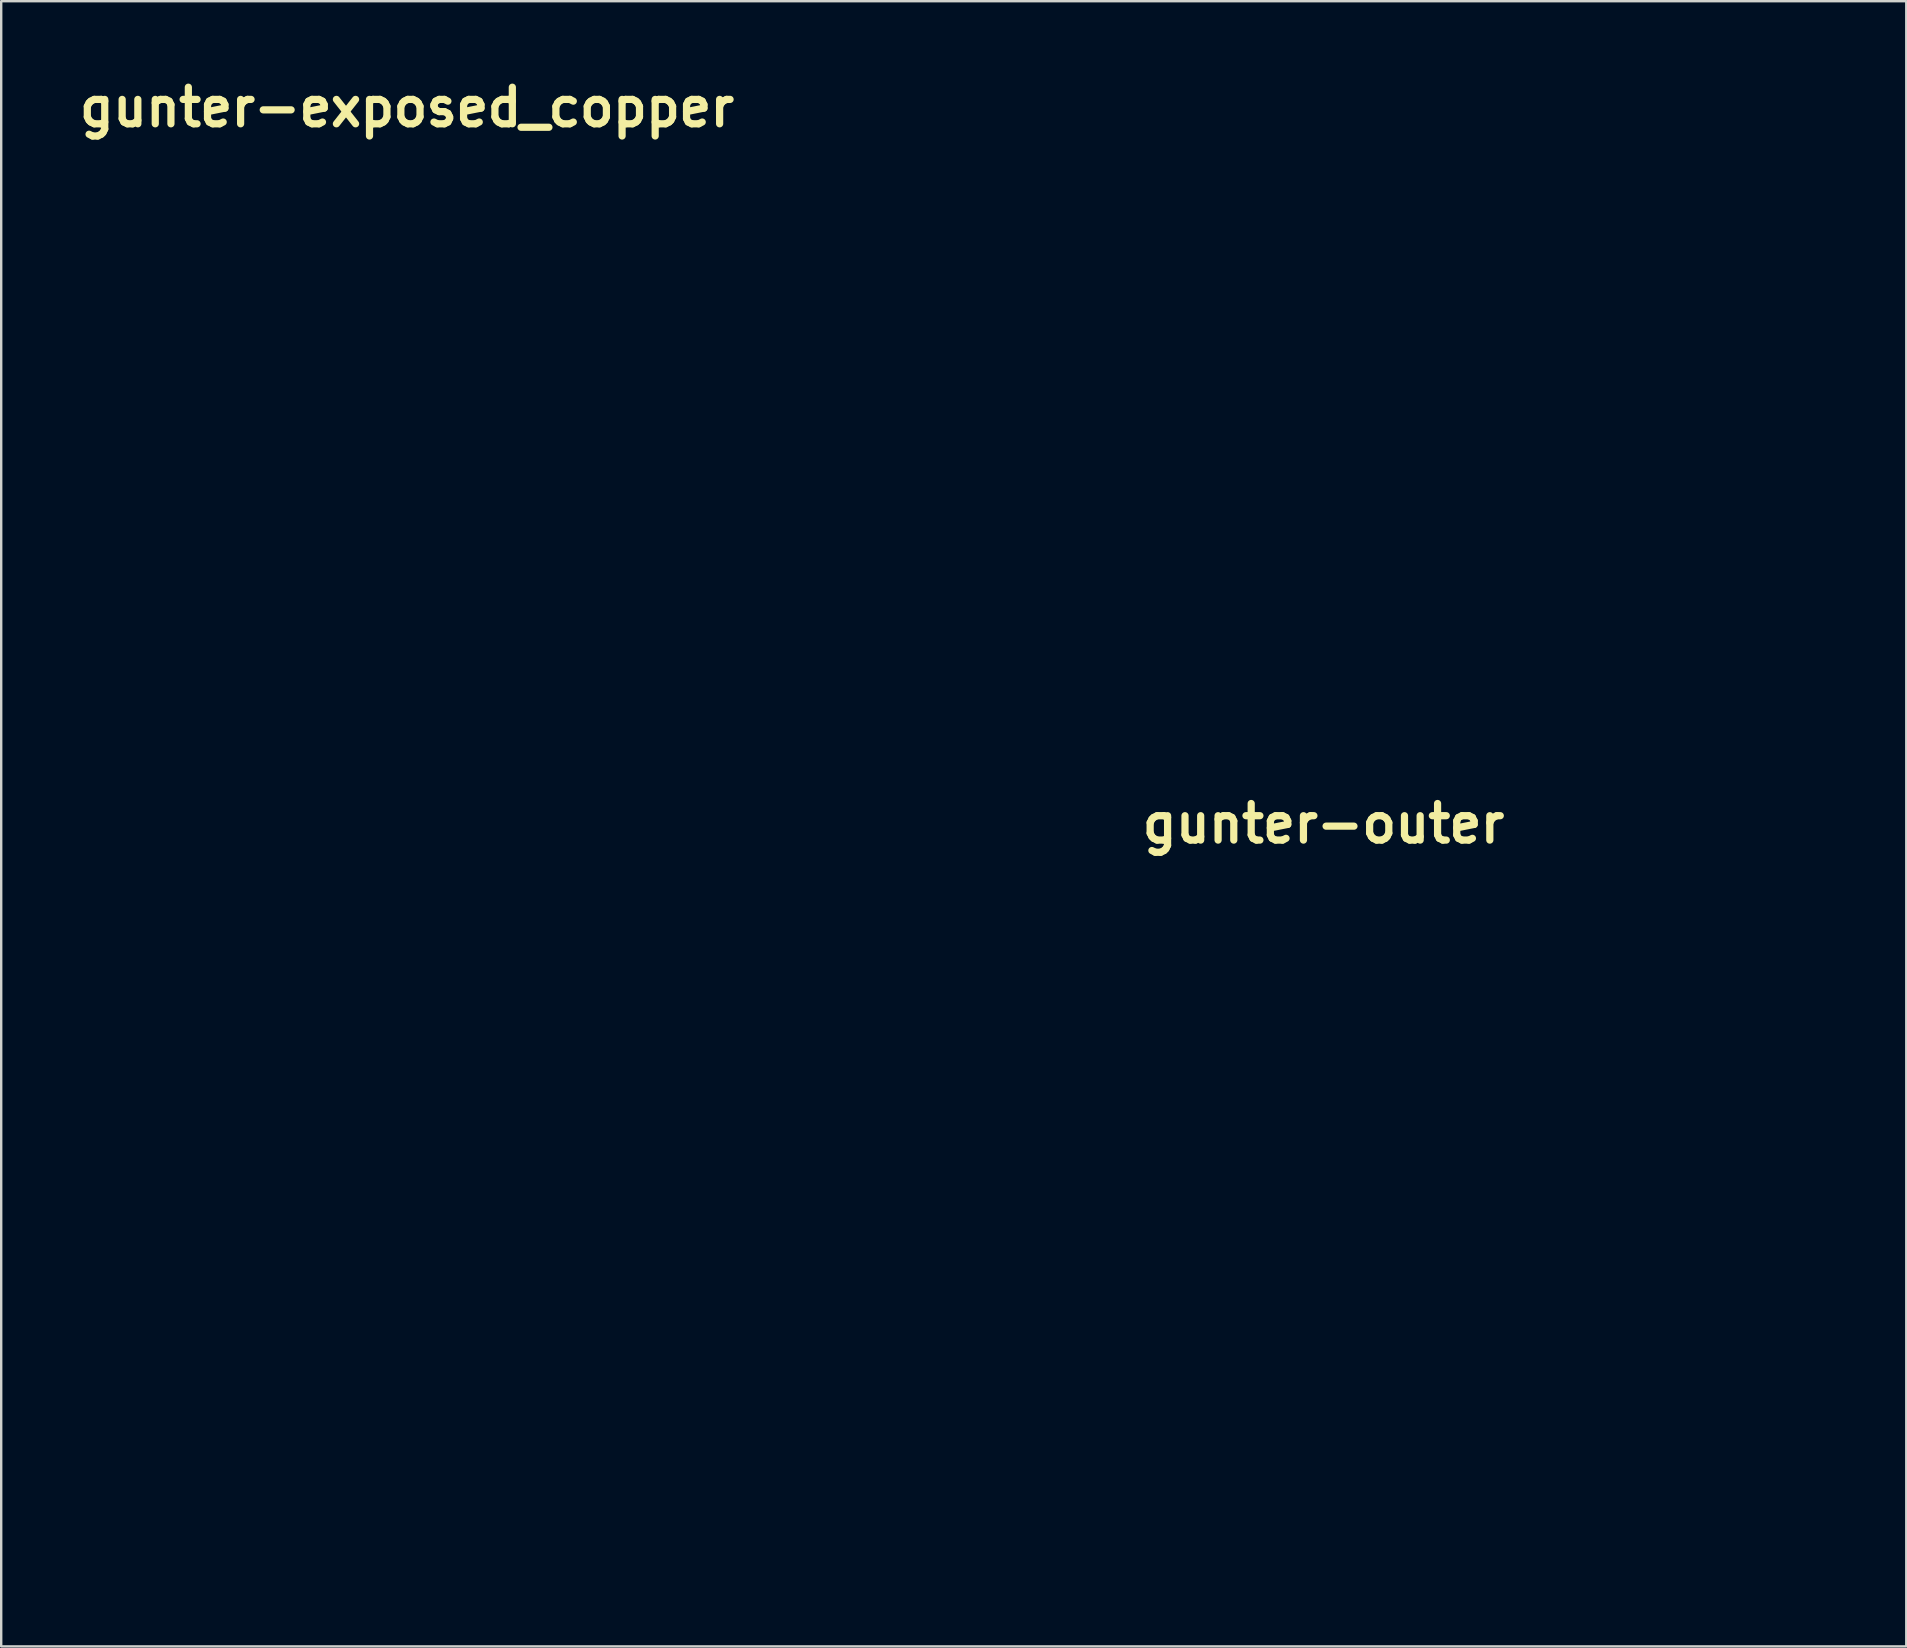
<source format=kicad_pcb>
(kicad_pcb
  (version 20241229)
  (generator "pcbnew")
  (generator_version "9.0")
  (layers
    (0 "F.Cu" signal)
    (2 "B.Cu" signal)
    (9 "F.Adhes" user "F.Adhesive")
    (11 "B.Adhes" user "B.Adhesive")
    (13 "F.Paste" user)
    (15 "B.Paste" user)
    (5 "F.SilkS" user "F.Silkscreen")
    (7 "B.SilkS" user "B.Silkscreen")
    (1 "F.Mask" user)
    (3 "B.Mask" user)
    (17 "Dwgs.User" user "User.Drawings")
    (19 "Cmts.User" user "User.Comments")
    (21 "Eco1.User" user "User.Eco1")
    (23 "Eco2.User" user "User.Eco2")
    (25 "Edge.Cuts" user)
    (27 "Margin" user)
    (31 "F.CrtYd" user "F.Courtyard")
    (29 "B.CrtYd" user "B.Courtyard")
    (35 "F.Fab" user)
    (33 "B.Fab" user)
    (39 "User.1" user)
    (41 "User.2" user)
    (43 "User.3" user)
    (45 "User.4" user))
  (footprint "gunter-outer"
    (layer "F.Cu")
    (at 52.09 31.261)
    (property "Reference" "gunter-outer" (at 0 0 0) (layer "F.SilkS") (effects (font (size 1.524 1.524) (thickness 0.3))))
    (attr through_hole)
    (fp_poly (pts (xy -17.053 -1.625) (xy -17.049 -1.557) (xy -17.048 -1.447) (xy -17.049 -1.292) (xy -17.054 -1.092) (xy -17.062 -0.844) (xy -17.065 -0.769) (xy -17.08 -0.313) (xy -17.094 0.19) (xy -17.108 0.734) (xy -17.121 1.317) (xy -17.133 1.934) (xy -17.144 2.581) (xy -17.154 3.253) (xy -17.163 3.947) (xy -17.172 4.658) (xy -17.179 5.382) (xy -17.185 6.114) (xy -17.189 6.851) (xy -17.193 7.589) (xy -17.195 8.322) (xy -17.196 8.975) (xy -17.196 10.977) (xy -17.465 11.476) (xy -17.7 11.908) (xy -17.915 12.297) (xy -18.114 12.649) (xy -18.298 12.967) (xy -18.471 13.255) (xy -18.635 13.519) (xy -18.793 13.761) (xy -18.946 13.986) (xy -19.097 14.198) (xy -19.129 14.242) (xy -19.336 14.508) (xy -19.536 14.739) (xy -19.728 14.932) (xy -19.908 15.087) (xy -20.076 15.201) (xy -20.229 15.274) (xy -20.366 15.304) (xy -20.485 15.289) (xy -20.518 15.275) (xy -20.635 15.189) (xy -20.745 15.055) (xy -20.846 14.876) (xy -20.938 14.654) (xy -21.019 14.392) (xy -21.088 14.091) (xy -21.108 13.984) (xy -21.159 13.647) (xy -21.201 13.268) (xy -21.234 12.853) (xy -21.257 12.411) (xy -21.271 11.948) (xy -21.275 11.472) (xy -21.27 10.989) (xy -21.253 10.509) (xy -21.232 10.122) (xy -21.149 9.168) (xy -21.021 8.216) (xy -20.848 7.263) (xy -20.63 6.308) (xy -20.365 5.35) (xy -20.055 4.387) (xy -19.697 3.418) (xy -19.292 2.442) (xy -18.839 1.456) (xy -18.338 0.46) (xy -17.861 -0.419) (xy -17.686 -0.729) (xy -17.531 -0.995) (xy -17.398 -1.216) (xy -17.286 -1.393) (xy -17.196 -1.525) (xy -17.128 -1.611) (xy -17.082 -1.653) (xy -17.061 -1.653) (xy -17.053 -1.625)) (stroke (width 0.01) (type solid)) (fill yes) (layer "F.Mask"))
    (fp_poly (pts (xy 3.046 -31.25) (xy 3.516 -31.237) (xy 3.974 -31.217) (xy 4.026 -31.214) (xy 4.859 -31.144) (xy 5.686 -31.029) (xy 6.503 -30.868) (xy 7.308 -30.664) (xy 8.097 -30.418) (xy 8.866 -30.13) (xy 9.611 -29.803) (xy 10.329 -29.436) (xy 11.016 -29.032) (xy 11.296 -28.85) (xy 11.972 -28.368) (xy 12.62 -27.844) (xy 13.24 -27.277) (xy 13.833 -26.668) (xy 14.397 -26.016) (xy 14.934 -25.323) (xy 15.442 -24.587) (xy 15.922 -23.809) (xy 16.374 -22.989) (xy 16.798 -22.128) (xy 17.09 -21.47) (xy 17.387 -20.739) (xy 17.674 -19.961) (xy 17.953 -19.136) (xy 18.222 -18.266) (xy 18.482 -17.354) (xy 18.731 -16.401) (xy 18.97 -15.409) (xy 19.197 -14.38) (xy 19.414 -13.316) (xy 19.618 -12.218) (xy 19.811 -11.089) (xy 19.991 -9.93) (xy 20.158 -8.744) (xy 20.312 -7.531) (xy 20.452 -6.295) (xy 20.578 -5.037) (xy 20.636 -4.394) (xy 20.747 -3.057) (xy 20.848 -1.683) (xy 20.94 -0.283) (xy 21.022 1.13) (xy 21.092 2.543) (xy 21.151 3.944) (xy 21.198 5.321) (xy 21.209 5.74) (xy 21.22 6.162) (xy 21.229 6.618) (xy 21.238 7.105) (xy 21.245 7.622) (xy 21.252 8.163) (xy 21.258 8.727) (xy 21.263 9.31) (xy 21.267 9.908) (xy 21.271 10.519) (xy 21.273 11.14) (xy 21.275 11.767) (xy 21.276 12.397) (xy 21.276 13.027) (xy 21.275 13.654) (xy 21.274 14.274) (xy 21.271 14.885) (xy 21.268 15.483) (xy 21.264 16.065) (xy 21.26 16.628) (xy 21.254 17.168) (xy 21.248 17.684) (xy 21.241 18.17) (xy 21.233 18.625) (xy 21.225 19.045) (xy 21.215 19.426) (xy 21.205 19.767) (xy 21.194 20.063) (xy 21.183 20.307) (xy 21.163 20.66) (xy 21.139 20.99) (xy 21.111 21.307) (xy 21.077 21.626) (xy 21.036 21.955) (xy 20.986 22.309) (xy 20.928 22.698) (xy 20.914 22.784) (xy 20.825 23.325) (xy 20.736 23.821) (xy 20.645 24.276) (xy 20.55 24.694) (xy 20.451 25.081) (xy 20.346 25.442) (xy 20.233 25.781) (xy 20.112 26.103) (xy 19.981 26.412) (xy 19.839 26.715) (xy 19.786 26.82) (xy 19.591 27.183) (xy 19.394 27.509) (xy 19.187 27.809) (xy 18.959 28.097) (xy 18.702 28.385) (xy 18.492 28.6) (xy 18.199 28.88) (xy 17.915 29.124) (xy 17.629 29.34) (xy 17.326 29.538) (xy 16.995 29.727) (xy 16.766 29.845) (xy 16.524 29.962) (xy 16.286 30.067) (xy 16.046 30.162) (xy 15.797 30.25) (xy 15.532 30.332) (xy 15.245 30.411) (xy 14.929 30.487) (xy 14.578 30.565) (xy 14.185 30.644) (xy 14.046 30.671) (xy 13.824 30.714) (xy 13.589 30.759) (xy 13.353 30.804) (xy 13.129 30.847) (xy 12.93 30.885) (xy 12.789 30.913) (xy 12.66 30.937) (xy 12.495 30.968) (xy 12.302 31.003) (xy 12.09 31.041) (xy 11.866 31.082) (xy 11.64 31.122) (xy 11.42 31.161) (xy 11.214 31.197) (xy 11.031 31.229) (xy 10.879 31.255) (xy 10.767 31.274) (xy 10.748 31.277) (xy 10.703 31.271) (xy 10.637 31.236) (xy 10.546 31.171) (xy 10.494 31.131) (xy 10.409 31.059) (xy 10.298 30.961) (xy 10.174 30.848) (xy 10.047 30.729) (xy 9.973 30.658) (xy 9.53 30.193) (xy 9.111 29.686) (xy 8.718 29.136) (xy 8.35 28.546) (xy 8.008 27.916) (xy 7.692 27.249) (xy 7.404 26.546) (xy 7.144 25.807) (xy 6.911 25.035) (xy 6.707 24.231) (xy 6.533 23.397) (xy 6.388 22.533) (xy 6.274 21.641) (xy 6.191 20.723) (xy 6.186 20.65) (xy 6.168 20.372) (xy 6.153 20.05) (xy 6.139 19.694) (xy 6.126 19.312) (xy 6.116 18.91) (xy 6.108 18.499) (xy 6.103 18.084) (xy 6.1 17.675) (xy 6.1 17.28) (xy 6.101 17.113) (xy 6.109 16.077) (xy 6.604 15.878) (xy 7.007 15.712) (xy 7.369 15.556) (xy 7.699 15.404) (xy 8.006 15.252) (xy 8.298 15.096) (xy 8.583 14.932) (xy 8.871 14.755) (xy 9.091 14.613) (xy 9.516 14.321) (xy 9.925 14.012) (xy 10.33 13.677) (xy 10.739 13.31) (xy 11.015 13.048) (xy 11.522 12.539) (xy 11.985 12.035) (xy 12.41 11.53) (xy 12.804 11.016) (xy 13.171 10.484) (xy 13.518 9.929) (xy 13.849 9.341) (xy 14.074 8.909) (xy 14.349 8.346) (xy 14.594 7.805) (xy 14.813 7.279) (xy 15.007 6.757) (xy 15.18 6.23) (xy 15.335 5.691) (xy 15.475 5.129) (xy 15.603 4.536) (xy 15.721 3.903) (xy 15.735 3.823) (xy 15.771 3.59) (xy 15.807 3.327) (xy 15.842 3.043) (xy 15.874 2.745) (xy 15.902 2.444) (xy 15.927 2.147) (xy 15.948 1.863) (xy 15.962 1.603) (xy 15.971 1.373) (xy 15.972 1.183) (xy 15.972 1.156) (xy 15.968 1.021) (xy 15.964 0.929) (xy 15.957 0.869) (xy 15.946 0.833) (xy 15.929 0.812) (xy 15.903 0.797) (xy 15.896 0.794) (xy 15.811 0.777) (xy 15.732 0.802) (xy 15.677 0.864) (xy 15.671 0.878) (xy 15.663 0.918) (xy 15.652 1.002) (xy 15.637 1.125) (xy 15.62 1.281) (xy 15.601 1.464) (xy 15.581 1.667) (xy 15.561 1.886) (xy 15.557 1.927) (xy 15.524 2.282) (xy 15.495 2.593) (xy 15.467 2.868) (xy 15.44 3.112) (xy 15.414 3.334) (xy 15.386 3.539) (xy 15.357 3.735) (xy 15.325 3.929) (xy 15.29 4.127) (xy 15.25 4.337) (xy 15.211 4.534) (xy 15.057 5.229) (xy 14.877 5.903) (xy 14.666 6.564) (xy 14.423 7.222) (xy 14.144 7.886) (xy 13.826 8.565) (xy 13.727 8.763) (xy 13.453 9.287) (xy 13.174 9.776) (xy 12.884 10.239) (xy 12.577 10.684) (xy 12.248 11.121) (xy 11.888 11.559) (xy 11.493 12.006) (xy 11.287 12.228) (xy 10.761 12.766) (xy 10.235 13.256) (xy 9.703 13.701) (xy 9.161 14.106) (xy 8.606 14.473) (xy 8.032 14.805) (xy 7.435 15.106) (xy 6.998 15.301) (xy 6.44 15.52) (xy 5.862 15.713) (xy 5.272 15.879) (xy 4.677 16.015) (xy 4.087 16.121) (xy 3.509 16.194) (xy 2.952 16.233) (xy 2.629 16.239) (xy 2.227 16.224) (xy 1.858 16.181) (xy 1.524 16.111) (xy 1.225 16.015) (xy 0.964 15.894) (xy 0.742 15.749) (xy 0.561 15.579) (xy 0.422 15.387) (xy 0.327 15.173) (xy 0.303 15.088) (xy 0.285 14.972) (xy 0.274 14.819) (xy 0.271 14.645) (xy 0.275 14.463) (xy 0.285 14.286) (xy 0.303 14.129) (xy 0.314 14.065) (xy 0.346 13.923) (xy 0.388 13.771) (xy 0.442 13.605) (xy 0.51 13.423) (xy 0.592 13.222) (xy 0.689 13) (xy 0.804 12.754) (xy 0.936 12.482) (xy 1.088 12.179) (xy 1.261 11.845) (xy 1.456 11.475) (xy 1.675 11.068) (xy 1.918 10.621) (xy 1.968 10.528) (xy 2.636 9.324) (xy 3.329 8.109) (xy 4.044 6.89) (xy 4.777 5.671) (xy 5.524 4.459) (xy 6.281 3.26) (xy 7.046 2.079) (xy 7.813 0.921) (xy 8.581 -0.207) (xy 9.345 -1.299) (xy 10.101 -2.351) (xy 10.436 -2.807) (xy 10.615 -3.051) (xy 10.778 -3.277) (xy 10.923 -3.481) (xy 11.047 -3.661) (xy 11.148 -3.812) (xy 11.223 -3.932) (xy 11.272 -4.018) (xy 11.289 -4.057) (xy 11.288 -4.136) (xy 11.242 -4.208) (xy 11.173 -4.256) (xy 11.117 -4.281) (xy 11.081 -4.278) (xy 11.044 -4.25) (xy 11 -4.203) (xy 10.929 -4.116) (xy 10.832 -3.992) (xy 10.711 -3.833) (xy 10.568 -3.641) (xy 10.403 -3.418) (xy 10.22 -3.167) (xy 10.019 -2.889) (xy 9.801 -2.588) (xy 9.57 -2.264) (xy 9.325 -1.921) (xy 9.069 -1.56) (xy 8.804 -1.185) (xy 8.552 -0.826) (xy 8.39 -0.596) (xy 8.231 -0.37) (xy 8.078 -0.153) (xy 7.934 0.05) (xy 7.803 0.234) (xy 7.688 0.394) (xy 7.594 0.525) (xy 7.523 0.623) (xy 7.496 0.66) (xy 7.277 0.953) (xy 7.27 0.787) (xy 7.27 0.718) (xy 7.275 0.607) (xy 7.284 0.462) (xy 7.295 0.292) (xy 7.31 0.106) (xy 7.326 -0.089) (xy 7.326 -0.089) (xy 7.342 -0.256) (xy 7.36 -0.466) (xy 7.382 -0.711) (xy 7.407 -0.981) (xy 7.433 -1.269) (xy 7.459 -1.567) (xy 7.486 -1.867) (xy 7.513 -2.16) (xy 7.517 -2.21) (xy 7.573 -2.837) (xy 7.623 -3.418) (xy 7.668 -3.956) (xy 7.707 -4.457) (xy 7.742 -4.924) (xy 7.772 -5.361) (xy 7.798 -5.772) (xy 7.819 -6.163) (xy 7.836 -6.536) (xy 7.85 -6.896) (xy 7.86 -7.247) (xy 7.866 -7.593) (xy 7.87 -7.939) (xy 7.87 -8.289) (xy 7.868 -8.646) (xy 7.866 -8.826) (xy 7.847 -9.724) (xy 7.817 -10.581) (xy 7.773 -11.407) (xy 7.715 -12.21) (xy 7.642 -12.999) (xy 7.554 -13.783) (xy 7.449 -14.571) (xy 7.327 -15.372) (xy 7.289 -15.608) (xy 7.197 -16.132) (xy 7.096 -16.664) (xy 6.986 -17.201) (xy 6.869 -17.738) (xy 6.745 -18.271) (xy 6.617 -18.796) (xy 6.484 -19.308) (xy 6.348 -19.803) (xy 6.211 -20.277) (xy 6.073 -20.726) (xy 5.936 -21.145) (xy 5.801 -21.53) (xy 5.669 -21.876) (xy 5.54 -22.181) (xy 5.435 -22.404) (xy 5.218 -22.793) (xy 4.956 -23.191) (xy 4.653 -23.593) (xy 4.311 -23.995) (xy 3.935 -24.392) (xy 3.528 -24.781) (xy 3.137 -25.122) (xy 2.729 -25.434) (xy 2.275 -25.733) (xy 1.777 -26.016) (xy 1.239 -26.282) (xy 0.664 -26.53) (xy 0.053 -26.76) (xy -0.589 -26.969) (xy -1.261 -27.157) (xy -1.959 -27.323) (xy -2.681 -27.465) (xy -2.776 -27.482) (xy -3.073 -27.531) (xy -3.342 -27.573) (xy -3.595 -27.606) (xy -3.838 -27.633) (xy -4.082 -27.654) (xy -4.335 -27.669) (xy -4.606 -27.679) (xy -4.905 -27.685) (xy -5.241 -27.688) (xy -5.448 -27.688) (xy -5.81 -27.687) (xy -6.131 -27.682) (xy -6.419 -27.674) (xy -6.684 -27.661) (xy -6.936 -27.642) (xy -7.184 -27.616) (xy -7.437 -27.583) (xy -7.704 -27.542) (xy -7.995 -27.491) (xy -8.319 -27.43) (xy -8.458 -27.403) (xy -8.857 -27.32) (xy -9.21 -27.237) (xy -9.514 -27.153) (xy -9.55 -27.142) (xy -9.683 -27.102) (xy -9.775 -27.076) (xy -9.834 -27.063) (xy -9.866 -27.063) (xy -9.879 -27.073) (xy -9.881 -27.085) (xy -9.86 -27.126) (xy -9.802 -27.192) (xy -9.71 -27.281) (xy -9.588 -27.387) (xy -9.44 -27.509) (xy -9.271 -27.643) (xy -9.085 -27.785) (xy -8.886 -27.933) (xy -8.677 -28.083) (xy -8.464 -28.231) (xy -8.305 -28.339) (xy -7.757 -28.69) (xy -7.198 -29.021) (xy -6.633 -29.327) (xy -6.071 -29.607) (xy -5.519 -29.855) (xy -4.983 -30.069) (xy -4.534 -30.225) (xy -4.245 -30.313) (xy -3.928 -30.403) (xy -3.593 -30.493) (xy -3.252 -30.579) (xy -2.915 -30.659) (xy -2.593 -30.73) (xy -2.298 -30.79) (xy -2.045 -30.834) (xy -1.909 -30.856) (xy -1.731 -30.883) (xy -1.523 -30.916) (xy -1.291 -30.951) (xy -1.046 -30.989) (xy -0.798 -31.027) (xy -0.554 -31.064) (xy -0.325 -31.099) (xy -0.305 -31.102) (xy 0.01 -31.143) (xy 0.368 -31.178) (xy 0.763 -31.207) (xy 1.188 -31.229) (xy 1.636 -31.245) (xy 2.099 -31.254) (xy 2.571 -31.256) (xy 3.046 -31.25)) (stroke (width 0.01) (type solid)) (fill yes) (layer "F.Mask")))
  (footprint "gunter-exposed_copper"
    (layer "F.Cu")
    (at 13.905 1.418)
    (property "Reference" "gunter-exposed_copper" (at 0 0 0) (layer "F.SilkS") (effects (font (size 1.524 1.524) (thickness 0.3))))
    (attr through_hole)
    (fp_poly (pts (xy 0.726 0.351) (xy 0.844 0.41) (xy 0.982 0.506) (xy 1.139 0.636) (xy 1.286 0.775) (xy 1.471 0.968) (xy 1.616 1.148) (xy 1.725 1.323) (xy 1.804 1.503) (xy 1.858 1.698) (xy 1.889 1.919) (xy 1.901 2.083) (xy 1.909 2.286) (xy 1.909 2.444) (xy 1.899 2.564) (xy 1.877 2.652) (xy 1.841 2.713) (xy 1.789 2.753) (xy 1.718 2.778) (xy 1.65 2.792) (xy 1.601 2.796) (xy 1.506 2.799) (xy 1.369 2.801) (xy 1.195 2.803) (xy 0.99 2.804) (xy 0.756 2.804) (xy 0.5 2.804) (xy 0.225 2.803) (xy -0.063 2.801) (xy -0.178 2.8) (xy -1.818 2.803) (xy -3.442 2.837) (xy -5.043 2.903) (xy -6.616 2.999) (xy -8.156 3.126) (xy -9.03 3.214) (xy -9.202 3.232) (xy -9.362 3.249) (xy -9.501 3.264) (xy -9.611 3.276) (xy -9.684 3.283) (xy -9.703 3.285) (xy -9.759 3.285) (xy -9.854 3.278) (xy -9.976 3.265) (xy -10.115 3.247) (xy -10.18 3.238) (xy -10.315 3.218) (xy -10.431 3.199) (xy -10.521 3.182) (xy -10.574 3.17) (xy -10.584 3.166) (xy -10.586 3.136) (xy -10.538 3.102) (xy -10.439 3.064) (xy -10.372 3.044) (xy -10.26 3.014) (xy -10.103 2.972) (xy -9.902 2.92) (xy -9.662 2.858) (xy -9.385 2.787) (xy -9.074 2.708) (xy -8.733 2.621) (xy -8.365 2.528) (xy -7.973 2.43) (xy -7.56 2.326) (xy -7.129 2.218) (xy -6.683 2.107) (xy -6.227 1.993) (xy -5.762 1.877) (xy -5.292 1.76) (xy -4.82 1.643) (xy -4.35 1.526) (xy -3.884 1.411) (xy -3.425 1.298) (xy -2.978 1.187) (xy -2.544 1.081) (xy -2.128 0.978) (xy -1.732 0.881) (xy -1.359 0.79) (xy -1.013 0.706) (xy -0.696 0.63) (xy -0.413 0.562) (xy -0.166 0.503) (xy 0.043 0.454) (xy 0.129 0.433) (xy 0.277 0.4) (xy 0.41 0.371) (xy 0.521 0.349) (xy 0.599 0.334) (xy 0.634 0.33) (xy 0.726 0.351)) (stroke (width 0.01) (type solid)) (fill yes) (layer "F.Mask")))
  (gr_rect
    (start -3 -3)
    (end 76.371 65.543)
    (stroke (width 0.1) (type default))
    (fill no)
    (layer "Edge.Cuts")))
</source>
